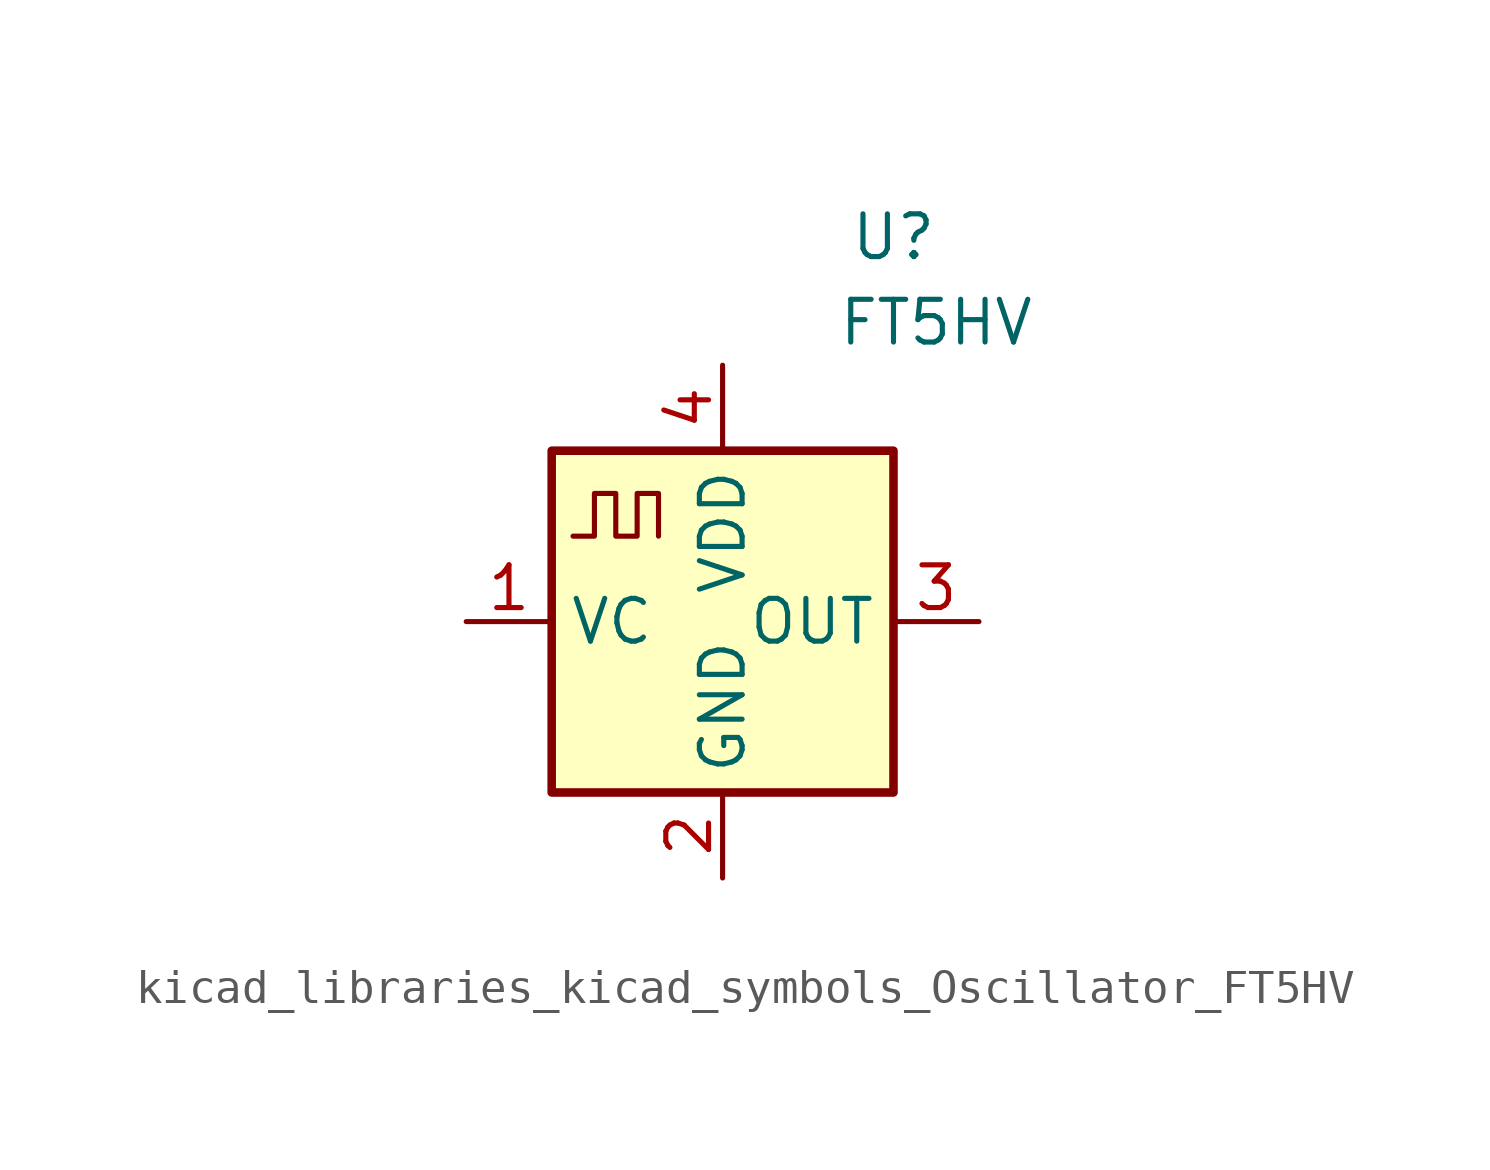
<source format=kicad_sym>
(kicad_symbol_lib
  (version 20220914)
  (generator kicad_symbol_editor)
  (symbol "kicad_libraries_kicad_symbols_Oscillator_FT5HV"
    (property "Reference" "U"
      (at 5.08 11.43 0)
      (effects (font (size 1.27 1.27))))
    (property "Value" "FT5HV"
      (at 6.35 8.89 0)
      (effects (font (size 1.27 1.27))))
    (symbol "kicad_libraries_kicad_symbols_Oscillator_FT5HV_0_1"
      (rectangle (start -5.08 5.08) (end 5.08 -5.08) (stroke (width 0.254) (type default)) (fill (type background)))
      (polyline (pts (xy -4.445 2.54) (xy -3.81 2.54) (xy -3.81 3.81) (xy -3.175 3.81) (xy -3.175 2.54) (xy -2.54 2.54) (xy -2.54 3.81) (xy -1.905 3.81) (xy -1.905 2.54)) (stroke (width 0) (type default)) (fill (type none))))
    (symbol "kicad_libraries_kicad_symbols_Oscillator_FT5HV_1_1"
      (pin input line (at -7.62 0 0) (length 2.54) (name "VC" (effects (font (size 1.27 1.27)))) (number "1" (effects (font (size 1.27 1.27)))))
      (pin power_in line (at 0 -7.62 90) (length 2.54) (name "GND" (effects (font (size 1.27 1.27)))) (number "2" (effects (font (size 1.27 1.27)))))
      (pin output line (at 7.62 0 180) (length 2.54) (name "OUT" (effects (font (size 1.27 1.27)))) (number "3" (effects (font (size 1.27 1.27)))))
      (pin power_in line (at 0 7.62 270) (length 2.54) (name "VDD" (effects (font (size 1.27 1.27)))) (number "4" (effects (font (size 1.27 1.27))))))))
</source>
